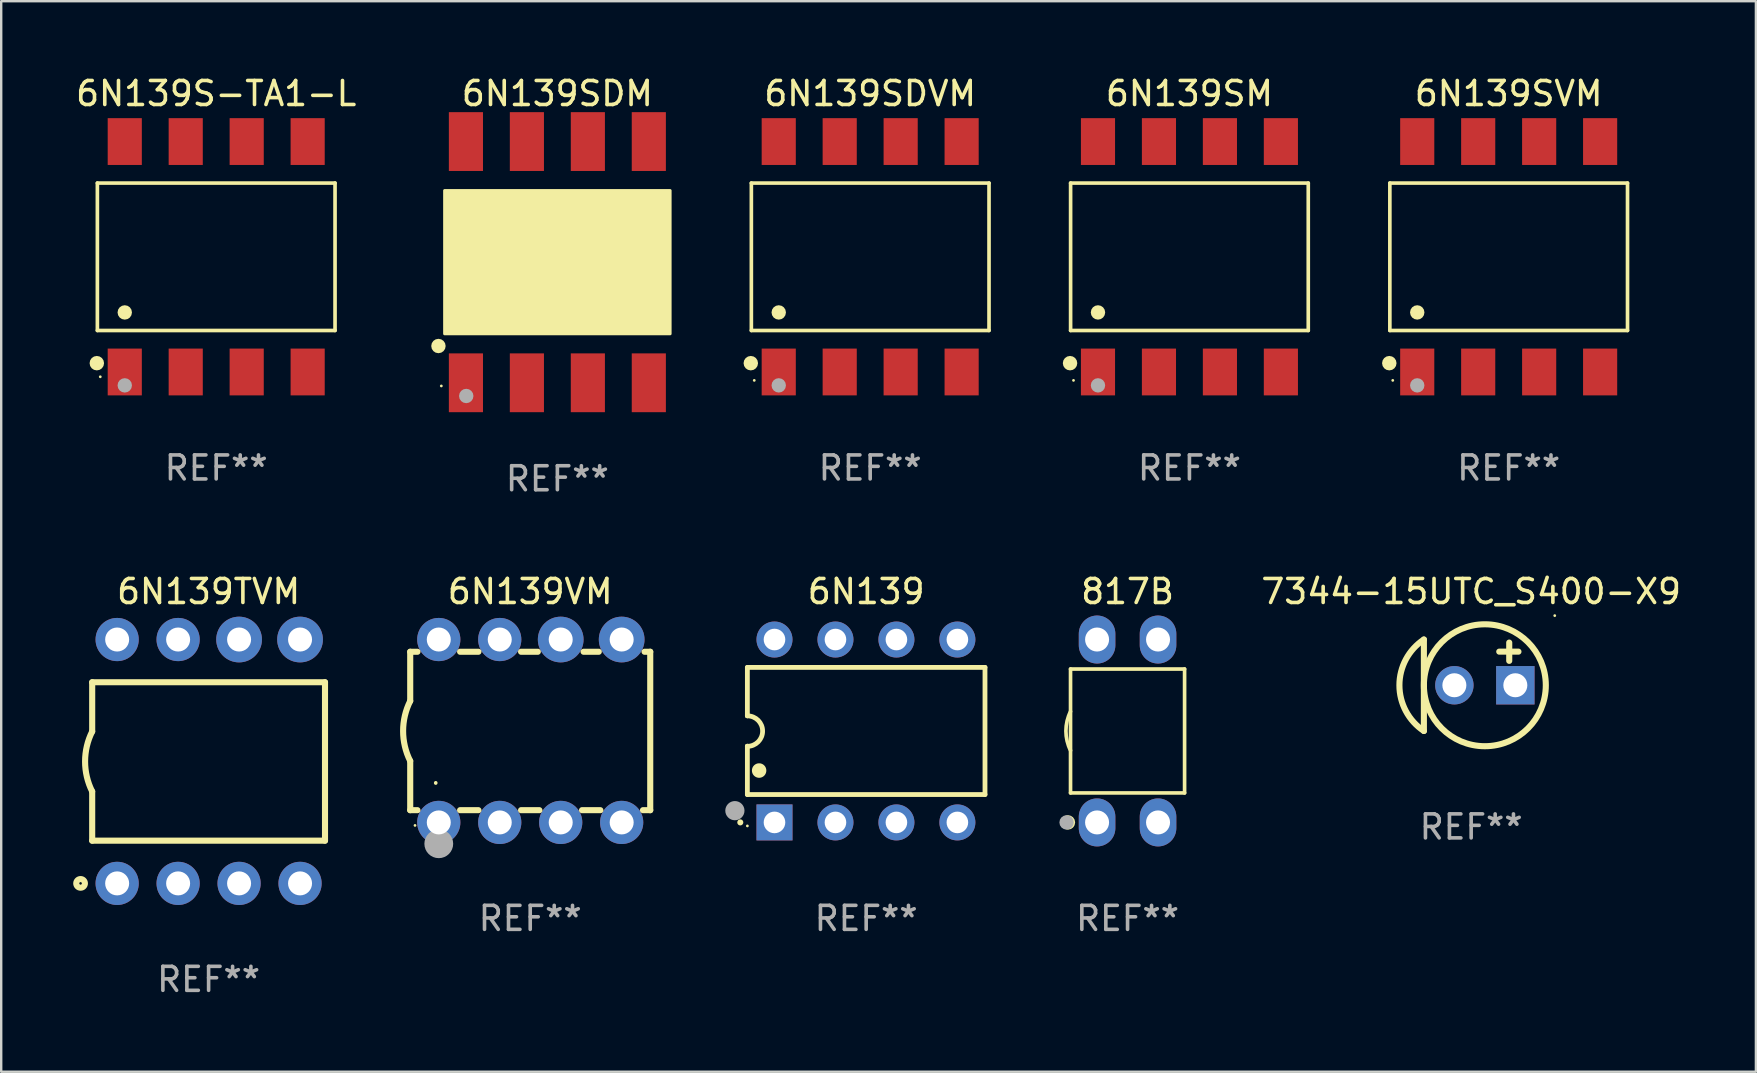
<source format=kicad_pcb>
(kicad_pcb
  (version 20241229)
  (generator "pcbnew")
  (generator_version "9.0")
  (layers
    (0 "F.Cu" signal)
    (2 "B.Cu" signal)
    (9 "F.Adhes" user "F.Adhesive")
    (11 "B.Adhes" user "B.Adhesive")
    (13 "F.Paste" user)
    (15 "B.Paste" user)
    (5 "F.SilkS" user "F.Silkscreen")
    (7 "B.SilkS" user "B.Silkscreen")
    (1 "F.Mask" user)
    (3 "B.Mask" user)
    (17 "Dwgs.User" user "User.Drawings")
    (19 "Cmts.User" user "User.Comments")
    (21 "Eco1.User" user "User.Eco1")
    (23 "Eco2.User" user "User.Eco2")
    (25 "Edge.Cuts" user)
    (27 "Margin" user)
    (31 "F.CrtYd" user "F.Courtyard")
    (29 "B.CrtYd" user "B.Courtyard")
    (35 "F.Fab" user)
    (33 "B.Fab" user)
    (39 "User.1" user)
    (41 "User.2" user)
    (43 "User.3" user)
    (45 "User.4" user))
  (footprint "6N139SVM"
    (layer "F.Cu")
    (at 59.807 7.648)
    (property "Reference" "6N139SVM" (at 0 -6.8 0) (layer "F.SilkS") (effects (font (size 1 1) (thickness 0.15))))
    (attr through_hole)
    (fp_line (start -4.951 -3.071) (end 4.951 -3.071) (stroke (width 0.152) (type solid)) (layer "F.SilkS"))
    (fp_line (start -4.951 3.071) (end -4.951 -3.071) (stroke (width 0.152) (type solid)) (layer "F.SilkS"))
    (fp_line (start 4.951 -3.071) (end 4.951 3.071) (stroke (width 0.152) (type solid)) (layer "F.SilkS"))
    (fp_line (start 4.951 3.071) (end -4.951 3.071) (stroke (width 0.152) (type solid)) (layer "F.SilkS"))
    (fp_circle (center -4.974 4.433) (end -4.823 4.433) (stroke (width 0.3) (type solid)) (fill no) (layer "F.SilkS"))
    (fp_circle (center -4.83 5.15) (end -4.8 5.15) (stroke (width 0.06) (type solid)) (fill no) (layer "F.SilkS"))
    (fp_circle (center -3.81 2.319) (end -3.66 2.319) (stroke (width 0.3) (type solid)) (fill no) (layer "F.SilkS"))
    (fp_circle (center -3.81 5.358) (end -3.66 5.358) (stroke (width 0.3) (type solid)) (fill no) (layer "F.Fab"))
    (fp_text user "REF**" (at 0 8.8 0) (layer "F.Fab") (effects (font (size 1 1) (thickness 0.15))))
    (pad "1" smd rect (at -3.81 4.8) (size 1.422 1.95) (layers "F.Cu" "F.Mask" "F.Paste"))
    (pad "2" smd rect (at -1.27 4.8) (size 1.422 1.95) (layers "F.Cu" "F.Mask" "F.Paste"))
    (pad "3" smd rect (at 1.27 4.8) (size 1.422 1.95) (layers "F.Cu" "F.Mask" "F.Paste"))
    (pad "4" smd rect (at 3.81 4.8) (size 1.422 1.95) (layers "F.Cu" "F.Mask" "F.Paste"))
    (pad "5" smd rect (at 3.81 -4.8) (size 1.422 1.95) (layers "F.Cu" "F.Mask" "F.Paste"))
    (pad "6" smd rect (at 1.27 -4.8) (size 1.422 1.95) (layers "F.Cu" "F.Mask" "F.Paste"))
    (pad "7" smd rect (at -1.27 -4.8) (size 1.422 1.95) (layers "F.Cu" "F.Mask" "F.Paste"))
    (pad "8" smd rect (at -3.81 -4.8) (size 1.422 1.95) (layers "F.Cu" "F.Mask" "F.Paste")))
  (footprint "817B"
    (layer "F.Cu")
    (at 43.928 27.405)
    (property "Reference" "817B" (at 0 -5.81 0) (layer "F.SilkS") (effects (font (size 1 1) (thickness 0.15))))
    (attr through_hole)
    (fp_line (start -2.376 -2.581) (end 2.376 -2.581) (stroke (width 0.152) (type solid)) (layer "F.SilkS"))
    (fp_line (start -2.376 2.581) (end -2.376 -2.581) (stroke (width 0.152) (type solid)) (layer "F.SilkS"))
    (fp_line (start 2.376 -2.581) (end 2.376 2.581) (stroke (width 0.152) (type solid)) (layer "F.SilkS"))
    (fp_line (start 2.376 2.581) (end -2.376 2.581) (stroke (width 0.152) (type solid)) (layer "F.SilkS"))
    (fp_arc (start -2.3762 0.812496) (mid -2.568004 0) (end -2.3762 -0.812497) (stroke (width 0.1524) (type solid)) (layer "F.SilkS"))
    (fp_circle (center -2.484 3.81) (end -2.334 3.81) (stroke (width 0.3) (type solid)) (fill no) (layer "F.SilkS"))
    (fp_circle (center -2.3 3.935) (end -2.27 3.935) (stroke (width 0.06) (type solid)) (fill no) (layer "F.SilkS"))
    (fp_circle (center -2.54 3.81) (end -2.39 3.81) (stroke (width 0.3) (type solid)) (fill no) (layer "F.Fab"))
    (fp_text user "REF**" (at 0 7.81 0) (layer "F.Fab") (effects (font (size 1 1) (thickness 0.15))))
    (pad "1" thru_hole oval (at -1.27 3.81) (size 1.524 2) (drill 1) (layers "*.Cu" "*.Mask"))
    (pad "2" thru_hole oval (at 1.27 3.81) (size 1.524 2) (drill 1) (layers "*.Cu" "*.Mask"))
    (pad "3" thru_hole oval (at 1.27 -3.81) (size 1.524 2) (drill 1) (layers "*.Cu" "*.Mask"))
    (pad "4" thru_hole oval (at -1.27 -3.81) (size 1.524 2) (drill 1) (layers "*.Cu" "*.Mask")))
  (footprint "7344-15UTC_S400-X9"
    (layer "F.Cu")
    (at 58.244 25.5)
    (property "Reference" "7344-15UTC_S400-X9" (at 0 -3.905 0) (layer "F.SilkS") (effects (font (size 1 1) (thickness 0.15))))
    (attr through_hole)
    (fp_line (start -1.97 1.905) (end -1.97 -1.905) (stroke (width 0.254) (type solid)) (layer "F.SilkS"))
    (fp_line (start 1.586 -1.778) (end 1.586 -1.016) (stroke (width 0.254) (type solid)) (layer "F.SilkS"))
    (fp_line (start 1.97 -1.4) (end 1.17 -1.4) (stroke (width 0.254) (type solid)) (layer "F.SilkS"))
    (fp_arc (start -1.970003 1.905) (mid -2.989525 -0.000001) (end -1.970002 -1.905001) (stroke (width 0.254001) (type solid)) (layer "F.SilkS"))
    (fp_circle (center 0.57 0) (end 3.11 0) (stroke (width 0.254) (type solid)) (fill no) (layer "F.SilkS"))
    (fp_circle (center 3.482 -2.901) (end 3.512 -2.901) (stroke (width 0.06) (type solid)) (fill no) (layer "F.SilkS"))
    (fp_text user "REF**" (at 0 5.905 0) (layer "F.Fab") (effects (font (size 1 1) (thickness 0.15))))
    (pad "1" thru_hole rect (at 1.84 0) (size 1.6 1.6) (drill 1) (layers "*.Cu" "*.Mask"))
    (pad "2" thru_hole circle (at -0.7 0) (size 1.6 1.6) (drill 1) (layers "*.Cu" "*.Mask")))
  (footprint "6N139VM"
    (layer "F.Cu")
    (at 19.041 27.405)
    (property "Reference" "6N139VM" (at 0 -5.81 0) (layer "F.SilkS") (effects (font (size 1 1) (thickness 0.15))))
    (attr through_hole)
    (fp_line (start -5 -3.3) (end -5 -1.25) (stroke (width 0.254) (type solid)) (layer "F.SilkS"))
    (fp_line (start -5 -3.3) (end -4.698 -3.3) (stroke (width 0.254) (type solid)) (layer "F.SilkS"))
    (fp_line (start -5 3.3) (end -5 1.25) (stroke (width 0.254) (type solid)) (layer "F.SilkS"))
    (fp_line (start -5 3.3) (end -4.698 3.3) (stroke (width 0.254) (type solid)) (layer "F.SilkS"))
    (fp_line (start -2.922 -3.3) (end -2.158 -3.3) (stroke (width 0.254) (type solid)) (layer "F.SilkS"))
    (fp_line (start -2.922 3.3) (end -2.158 3.3) (stroke (width 0.254) (type solid)) (layer "F.SilkS"))
    (fp_line (start -0.382 -3.3) (end 0.316 -3.3) (stroke (width 0.254) (type solid)) (layer "F.SilkS"))
    (fp_line (start -0.382 3.3) (end 0.382 3.3) (stroke (width 0.254) (type solid)) (layer "F.SilkS"))
    (fp_line (start 2.158 3.3) (end 2.922 3.3) (stroke (width 0.254) (type solid)) (layer "F.SilkS"))
    (fp_line (start 2.224 -3.3) (end 2.856 -3.3) (stroke (width 0.254) (type solid)) (layer "F.SilkS"))
    (fp_line (start 4.698 3.3) (end 5 3.3) (stroke (width 0.254) (type solid)) (layer "F.SilkS"))
    (fp_line (start 4.764 -3.3) (end 5 -3.3) (stroke (width 0.254) (type solid)) (layer "F.SilkS"))
    (fp_line (start 5 -3.3) (end 5 3.3) (stroke (width 0.254) (type solid)) (layer "F.SilkS"))
    (fp_arc (start -5.00127 1.249682) (mid -5.295892 -0.000313) (end -5.000025 -1.250013) (stroke (width 0.254001) (type solid)) (layer "F.SilkS"))
    (fp_arc (start -3.937262 2.170256) (mid -3.937197 2.164629) (end -3.937008 2.159004) (stroke (width 0.149987) (type solid)) (layer "F.SilkS"))
    (fp_circle (center -4.8 3.935) (end -4.77 3.935) (stroke (width 0.06) (type solid)) (fill no) (layer "F.SilkS"))
    (fp_circle (center -3.81 4.699) (end -3.51 4.699) (stroke (width 0.6) (type solid)) (fill no) (layer "F.Fab"))
    (fp_text user "REF**" (at 0 7.81 0) (layer "F.Fab") (effects (font (size 1 1) (thickness 0.15))))
    (pad "1" thru_hole circle (at -3.81 3.81) (size 1.8 1.8) (drill 1) (layers "*.Cu" "*.Mask"))
    (pad "2" thru_hole circle (at -1.27 3.81) (size 1.8 1.8) (drill 1) (layers "*.Cu" "*.Mask"))
    (pad "3" thru_hole circle (at 1.27 3.81) (size 1.8 1.8) (drill 1) (layers "*.Cu" "*.Mask"))
    (pad "4" thru_hole circle (at 3.81 3.81) (size 1.8 1.8) (drill 1) (layers "*.Cu" "*.Mask"))
    (pad "5" thru_hole circle (at 3.81 -3.81) (size 1.905 1.905) (drill 1) (layers "*.Cu" "*.Mask"))
    (pad "6" thru_hole circle (at 1.27 -3.81) (size 1.905 1.905) (drill 1) (layers "*.Cu" "*.Mask"))
    (pad "7" thru_hole circle (at -1.27 -3.81) (size 1.8 1.8) (drill 1) (layers "*.Cu" "*.Mask"))
    (pad "8" thru_hole circle (at -3.81 -3.81) (size 1.8 1.8) (drill 1) (layers "*.Cu" "*.Mask")))
  (footprint "6N139"
    (layer "F.Cu")
    (at 33.038 27.405)
    (property "Reference" "6N139" (at 0 -5.81 0) (layer "F.SilkS") (effects (font (size 1 1) (thickness 0.15))))
    (attr through_hole)
    (fp_line (start -4.95 -2.649) (end 4.95 -2.649) (stroke (width 0.2) (type solid)) (layer "F.SilkS"))
    (fp_line (start -4.95 -0.635) (end -4.95 -2.649) (stroke (width 0.2) (type solid)) (layer "F.SilkS"))
    (fp_line (start -4.95 0.635) (end -4.95 0.64) (stroke (width 0.2) (type solid)) (layer "F.SilkS"))
    (fp_line (start -4.95 2.649) (end -4.95 0.635) (stroke (width 0.2) (type solid)) (layer "F.SilkS"))
    (fp_line (start -4.95 -0.64) (end -4.95 -0.635) (stroke (width 0.2) (type solid)) (layer "F.SilkS"))
    (fp_line (start 4.95 -2.649) (end 4.95 2.649) (stroke (width 0.2) (type solid)) (layer "F.SilkS"))
    (fp_line (start 4.95 2.649) (end -4.95 2.649) (stroke (width 0.2) (type solid)) (layer "F.SilkS"))
    (fp_arc (start -5.24511 3.810008) (mid -5.245117 3.808738) (end -5.24511 3.807468) (stroke (width 0.25) (type solid)) (layer "F.SilkS"))
    (fp_arc (start -4.950165 -0.629997) (mid -4.315164 0.005004) (end -4.950165 0.640005) (stroke (width 0.2) (type solid)) (layer "F.SilkS"))
    (fp_arc (start -4.460249 1.651003) (mid -4.46026 1.648463) (end -4.460249 1.645923) (stroke (width 0.6) (type solid)) (layer "F.SilkS"))
    (fp_circle (center -4.95 3.956) (end -4.92 3.956) (stroke (width 0.06) (type solid)) (fill no) (layer "F.SilkS"))
    (fp_circle (center -5.47 3.32) (end -5.27 3.32) (stroke (width 0.4) (type solid)) (fill no) (layer "F.Fab"))
    (fp_text user "REF**" (at 0 7.81 0) (layer "F.Fab") (effects (font (size 1 1) (thickness 0.15))))
    (pad "1" thru_hole rect (at -3.82 3.81) (size 1.5 1.5) (drill 0.9) (layers "*.Cu" "*.Mask"))
    (pad "2" thru_hole circle (at -1.28 3.81) (size 1.5 1.5) (drill 0.9) (layers "*.Cu" "*.Mask"))
    (pad "3" thru_hole circle (at 1.26 3.81) (size 1.5 1.5) (drill 0.9) (layers "*.Cu" "*.Mask"))
    (pad "4" thru_hole circle (at 3.8 3.81) (size 1.5 1.5) (drill 0.9) (layers "*.Cu" "*.Mask"))
    (pad "5" thru_hole circle (at 3.8 -3.81) (size 1.5 1.5) (drill 0.9) (layers "*.Cu" "*.Mask"))
    (pad "6" thru_hole circle (at 1.26 -3.81) (size 1.5 1.5) (drill 0.9) (layers "*.Cu" "*.Mask"))
    (pad "7" thru_hole circle (at -1.28 -3.81) (size 1.5 1.5) (drill 0.9) (layers "*.Cu" "*.Mask"))
    (pad "8" thru_hole circle (at -3.82 -3.81) (size 1.5 1.5) (drill 0.9) (layers "*.Cu" "*.Mask")))
  (footprint "6N139SDM"
    (layer "F.Cu")
    (at 20.172 7.873)
    (property "Reference" "6N139SDM" (at 0 -7.025 0) (layer "F.SilkS") (effects (font (size 1 1) (thickness 0.15))))
    (attr through_hole)
    (fp_circle (center -4.955 3.493) (end -4.805 3.493) (stroke (width 0.3) (type solid)) (fill no) (layer "F.SilkS"))
    (fp_circle (center -4.835 5.157) (end -4.805 5.157) (stroke (width 0.06) (type solid)) (fill no) (layer "F.SilkS"))
    (fp_poly (pts (xy -4.699 -2.985) (xy 4.699 -2.985) (xy 4.699 2.985) (xy -4.699 2.985)) (stroke (width 0.12) (type solid)) (fill yes) (layer "F.SilkS"))
    (fp_circle (center -3.797 5.575) (end -3.647 5.575) (stroke (width 0.3) (type solid)) (fill no) (layer "F.Fab"))
    (fp_text user "REF**" (at 0 9.025 0) (layer "F.Fab") (effects (font (size 1 1) (thickness 0.15))))
    (pad "1" smd rect (at -3.81 5.025) (size 1.422 2.45) (layers "F.Cu" "F.Mask" "F.Paste"))
    (pad "2" smd rect (at -1.27 5.025) (size 1.422 2.45) (layers "F.Cu" "F.Mask" "F.Paste"))
    (pad "3" smd rect (at 1.27 5.025) (size 1.422 2.45) (layers "F.Cu" "F.Mask" "F.Paste"))
    (pad "4" smd rect (at 3.81 5.025) (size 1.422 2.45) (layers "F.Cu" "F.Mask" "F.Paste"))
    (pad "5" smd rect (at 3.81 -5.025) (size 1.422 2.45) (layers "F.Cu" "F.Mask" "F.Paste"))
    (pad "6" smd rect (at 1.27 -5.025) (size 1.422 2.45) (layers "F.Cu" "F.Mask" "F.Paste"))
    (pad "7" smd rect (at -1.27 -5.025) (size 1.422 2.45) (layers "F.Cu" "F.Mask" "F.Paste"))
    (pad "8" smd rect (at -3.81 -5.025) (size 1.422 2.45) (layers "F.Cu" "F.Mask" "F.Paste")))
  (footprint "6N139SM"
    (layer "F.Cu")
    (at 46.506 7.648)
    (property "Reference" "6N139SM" (at 0 -6.8 0) (layer "F.SilkS") (effects (font (size 1 1) (thickness 0.15))))
    (attr through_hole)
    (fp_line (start -4.951 -3.071) (end 4.951 -3.071) (stroke (width 0.152) (type solid)) (layer "F.SilkS"))
    (fp_line (start -4.951 3.071) (end -4.951 -3.071) (stroke (width 0.152) (type solid)) (layer "F.SilkS"))
    (fp_line (start 4.951 -3.071) (end 4.951 3.071) (stroke (width 0.152) (type solid)) (layer "F.SilkS"))
    (fp_line (start 4.951 3.071) (end -4.951 3.071) (stroke (width 0.152) (type solid)) (layer "F.SilkS"))
    (fp_circle (center -4.974 4.433) (end -4.823 4.433) (stroke (width 0.3) (type solid)) (fill no) (layer "F.SilkS"))
    (fp_circle (center -4.83 5.15) (end -4.8 5.15) (stroke (width 0.06) (type solid)) (fill no) (layer "F.SilkS"))
    (fp_circle (center -3.81 2.319) (end -3.66 2.319) (stroke (width 0.3) (type solid)) (fill no) (layer "F.SilkS"))
    (fp_circle (center -3.81 5.358) (end -3.66 5.358) (stroke (width 0.3) (type solid)) (fill no) (layer "F.Fab"))
    (fp_text user "REF**" (at 0 8.8 0) (layer "F.Fab") (effects (font (size 1 1) (thickness 0.15))))
    (pad "1" smd rect (at -3.81 4.8) (size 1.422 1.95) (layers "F.Cu" "F.Mask" "F.Paste"))
    (pad "2" smd rect (at -1.27 4.8) (size 1.422 1.95) (layers "F.Cu" "F.Mask" "F.Paste"))
    (pad "3" smd rect (at 1.27 4.8) (size 1.422 1.95) (layers "F.Cu" "F.Mask" "F.Paste"))
    (pad "4" smd rect (at 3.81 4.8) (size 1.422 1.95) (layers "F.Cu" "F.Mask" "F.Paste"))
    (pad "5" smd rect (at 3.81 -4.8) (size 1.422 1.95) (layers "F.Cu" "F.Mask" "F.Paste"))
    (pad "6" smd rect (at 1.27 -4.8) (size 1.422 1.95) (layers "F.Cu" "F.Mask" "F.Paste"))
    (pad "7" smd rect (at -1.27 -4.8) (size 1.422 1.95) (layers "F.Cu" "F.Mask" "F.Paste"))
    (pad "8" smd rect (at -3.81 -4.8) (size 1.422 1.95) (layers "F.Cu" "F.Mask" "F.Paste")))
  (footprint "6N139SDVM"
    (layer "F.Cu")
    (at 33.205 7.648)
    (property "Reference" "6N139SDVM" (at 0 -6.8 0) (layer "F.SilkS") (effects (font (size 1 1) (thickness 0.15))))
    (attr through_hole)
    (fp_line (start -4.951 -3.071) (end 4.951 -3.071) (stroke (width 0.152) (type solid)) (layer "F.SilkS"))
    (fp_line (start -4.951 3.071) (end -4.951 -3.071) (stroke (width 0.152) (type solid)) (layer "F.SilkS"))
    (fp_line (start 4.951 -3.071) (end 4.951 3.071) (stroke (width 0.152) (type solid)) (layer "F.SilkS"))
    (fp_line (start 4.951 3.071) (end -4.951 3.071) (stroke (width 0.152) (type solid)) (layer "F.SilkS"))
    (fp_circle (center -4.974 4.433) (end -4.823 4.433) (stroke (width 0.3) (type solid)) (fill no) (layer "F.SilkS"))
    (fp_circle (center -4.83 5.15) (end -4.8 5.15) (stroke (width 0.06) (type solid)) (fill no) (layer "F.SilkS"))
    (fp_circle (center -3.81 2.319) (end -3.66 2.319) (stroke (width 0.3) (type solid)) (fill no) (layer "F.SilkS"))
    (fp_circle (center -3.81 5.358) (end -3.66 5.358) (stroke (width 0.3) (type solid)) (fill no) (layer "F.Fab"))
    (fp_text user "REF**" (at 0 8.8 0) (layer "F.Fab") (effects (font (size 1 1) (thickness 0.15))))
    (pad "1" smd rect (at -3.81 4.8) (size 1.422 1.95) (layers "F.Cu" "F.Mask" "F.Paste"))
    (pad "2" smd rect (at -1.27 4.8) (size 1.422 1.95) (layers "F.Cu" "F.Mask" "F.Paste"))
    (pad "3" smd rect (at 1.27 4.8) (size 1.422 1.95) (layers "F.Cu" "F.Mask" "F.Paste"))
    (pad "4" smd rect (at 3.81 4.8) (size 1.422 1.95) (layers "F.Cu" "F.Mask" "F.Paste"))
    (pad "5" smd rect (at 3.81 -4.8) (size 1.422 1.95) (layers "F.Cu" "F.Mask" "F.Paste"))
    (pad "6" smd rect (at 1.27 -4.8) (size 1.422 1.95) (layers "F.Cu" "F.Mask" "F.Paste"))
    (pad "7" smd rect (at -1.27 -4.8) (size 1.422 1.95) (layers "F.Cu" "F.Mask" "F.Paste"))
    (pad "8" smd rect (at -3.81 -4.8) (size 1.422 1.95) (layers "F.Cu" "F.Mask" "F.Paste")))
  (footprint "6N139S-TA1-L"
    (layer "F.Cu")
    (at 5.958 7.648)
    (property "Reference" "6N139S-TA1-L" (at 0 -6.8 0) (layer "F.SilkS") (effects (font (size 1 1) (thickness 0.15))))
    (attr through_hole)
    (fp_line (start -4.951 -3.071) (end 4.951 -3.071) (stroke (width 0.152) (type solid)) (layer "F.SilkS"))
    (fp_line (start -4.951 3.071) (end -4.951 -3.071) (stroke (width 0.152) (type solid)) (layer "F.SilkS"))
    (fp_line (start 4.951 -3.071) (end 4.951 3.071) (stroke (width 0.152) (type solid)) (layer "F.SilkS"))
    (fp_line (start 4.951 3.071) (end -4.951 3.071) (stroke (width 0.152) (type solid)) (layer "F.SilkS"))
    (fp_circle (center -4.974 4.433) (end -4.823 4.433) (stroke (width 0.3) (type solid)) (fill no) (layer "F.SilkS"))
    (fp_circle (center -4.83 5) (end -4.8 5) (stroke (width 0.06) (type solid)) (fill no) (layer "F.SilkS"))
    (fp_circle (center -3.81 2.319) (end -3.66 2.319) (stroke (width 0.3) (type solid)) (fill no) (layer "F.SilkS"))
    (fp_circle (center -3.81 5.358) (end -3.66 5.358) (stroke (width 0.3) (type solid)) (fill no) (layer "F.Fab"))
    (fp_text user "REF**" (at 0 8.8 0) (layer "F.Fab") (effects (font (size 1 1) (thickness 0.15))))
    (pad "1" smd rect (at -3.81 4.8) (size 1.422 1.95) (layers "F.Cu" "F.Mask" "F.Paste"))
    (pad "2" smd rect (at -1.27 4.8) (size 1.422 1.95) (layers "F.Cu" "F.Mask" "F.Paste"))
    (pad "3" smd rect (at 1.27 4.8) (size 1.422 1.95) (layers "F.Cu" "F.Mask" "F.Paste"))
    (pad "4" smd rect (at 3.81 4.8) (size 1.422 1.95) (layers "F.Cu" "F.Mask" "F.Paste"))
    (pad "5" smd rect (at 3.81 -4.8) (size 1.422 1.95) (layers "F.Cu" "F.Mask" "F.Paste"))
    (pad "6" smd rect (at 1.27 -4.8) (size 1.422 1.95) (layers "F.Cu" "F.Mask" "F.Paste"))
    (pad "7" smd rect (at -1.27 -4.8) (size 1.422 1.95) (layers "F.Cu" "F.Mask" "F.Paste"))
    (pad "8" smd rect (at -3.81 -4.8) (size 1.422 1.95) (layers "F.Cu" "F.Mask" "F.Paste")))
  (footprint "6N139TVM"
    (layer "F.Cu")
    (at 5.641 28.675)
    (property "Reference" "6N139TVM" (at 0 -7.08 0) (layer "F.SilkS") (effects (font (size 1 1) (thickness 0.15))))
    (attr through_hole)
    (fp_line (start -4.85 -3.3) (end -4.85 -1.25) (stroke (width 0.254) (type solid)) (layer "F.SilkS"))
    (fp_line (start -4.85 3.3) (end -4.85 1.25) (stroke (width 0.254) (type solid)) (layer "F.SilkS"))
    (fp_line (start 4.85 -3.3) (end -4.85 -3.3) (stroke (width 0.254) (type solid)) (layer "F.SilkS"))
    (fp_line (start 4.85 -3.3) (end 4.85 3.3) (stroke (width 0.254) (type solid)) (layer "F.SilkS"))
    (fp_line (start 4.85 3.3) (end -4.85 3.3) (stroke (width 0.254) (type solid)) (layer "F.SilkS"))
    (fp_arc (start -4.851258 1.249683) (mid -5.14588 -0.000312) (end -4.850013 -1.250013) (stroke (width 0.254001) (type solid)) (layer "F.SilkS"))
    (fp_circle (center -5.334 5.08) (end -5.154 5.08) (stroke (width 0.254) (type solid)) (fill no) (layer "F.SilkS"))
    (fp_text user "REF**" (at 0 9.08 0) (layer "F.Fab") (effects (font (size 1 1) (thickness 0.15))))
    (pad "1" thru_hole circle (at -3.81 5.08) (size 1.8 1.8) (drill 1) (layers "*.Cu" "*.Mask"))
    (pad "2" thru_hole circle (at -1.27 5.08) (size 1.8 1.8) (drill 1) (layers "*.Cu" "*.Mask"))
    (pad "3" thru_hole circle (at 1.27 5.08) (size 1.8 1.8) (drill 1) (layers "*.Cu" "*.Mask"))
    (pad "4" thru_hole circle (at 3.81 5.08) (size 1.8 1.8) (drill 1) (layers "*.Cu" "*.Mask"))
    (pad "5" thru_hole circle (at 3.81 -5.08) (size 1.905 1.905) (drill 1) (layers "*.Cu" "*.Mask"))
    (pad "6" thru_hole circle (at 1.27 -5.08) (size 1.905 1.905) (drill 1) (layers "*.Cu" "*.Mask"))
    (pad "7" thru_hole circle (at -1.27 -5.08) (size 1.8 1.8) (drill 1) (layers "*.Cu" "*.Mask"))
    (pad "8" thru_hole circle (at -3.81 -5.08) (size 1.8 1.8) (drill 1) (layers "*.Cu" "*.Mask")))
  (gr_rect
    (start -3 -3)
    (end 70.107 41.603)
    (stroke (width 0.1) (type default))
    (fill no)
    (layer "Edge.Cuts")))
</source>
